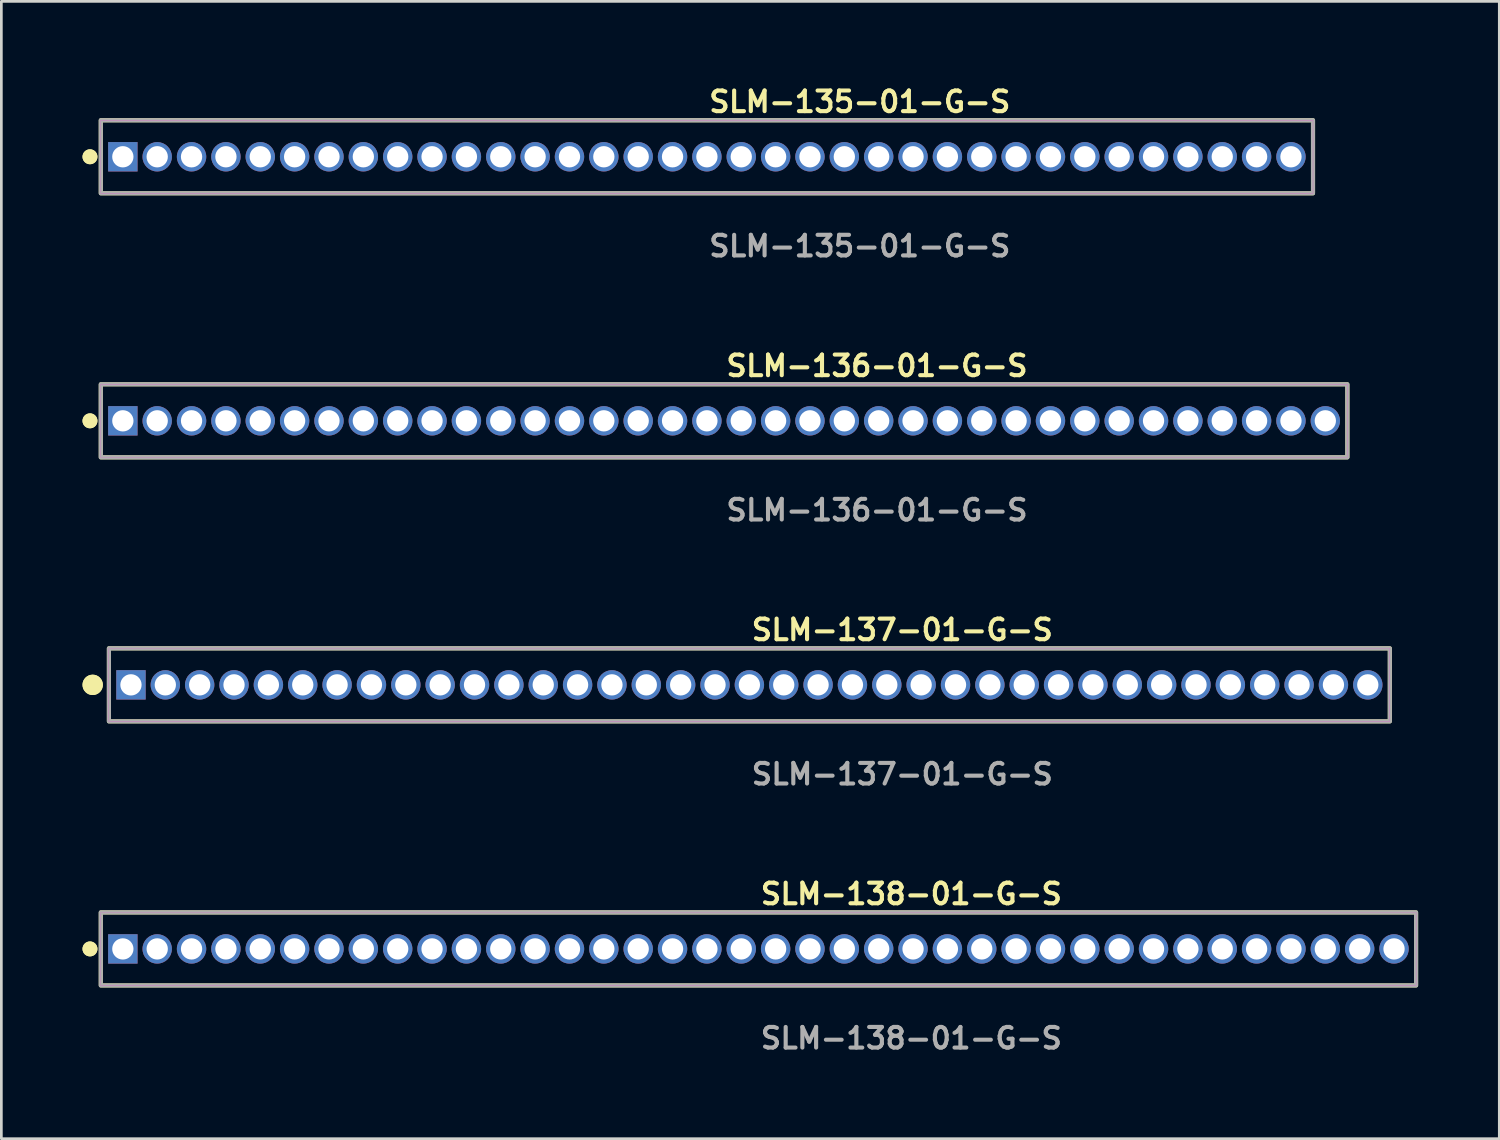
<source format=kicad_pcb>
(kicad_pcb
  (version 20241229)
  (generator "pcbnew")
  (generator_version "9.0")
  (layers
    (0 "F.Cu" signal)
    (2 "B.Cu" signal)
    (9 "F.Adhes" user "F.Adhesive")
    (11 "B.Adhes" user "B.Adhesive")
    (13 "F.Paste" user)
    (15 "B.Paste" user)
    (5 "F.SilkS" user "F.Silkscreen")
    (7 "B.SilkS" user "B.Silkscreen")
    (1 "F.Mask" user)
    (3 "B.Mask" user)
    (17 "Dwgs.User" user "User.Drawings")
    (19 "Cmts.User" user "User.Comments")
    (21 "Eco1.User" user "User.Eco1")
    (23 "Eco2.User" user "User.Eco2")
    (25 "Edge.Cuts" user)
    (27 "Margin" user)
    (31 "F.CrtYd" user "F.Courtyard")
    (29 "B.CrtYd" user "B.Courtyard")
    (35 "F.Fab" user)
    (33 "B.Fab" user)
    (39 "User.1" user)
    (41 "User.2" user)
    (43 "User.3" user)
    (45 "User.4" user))
  (footprint "SLM-137-01-G-S"
    (layer "F.Cu")
    (at 24.651 22.266)
    (property "Reference" "SLM-137-01-G-S" (at 0 -2.032 0) (unlocked yes) (layer "F.SilkS") (effects (font (size 0.762 0.762) (thickness 0.152)) (justify left)))
    (fp_rect (start -23.675 1.35) (end 23.675 -1.35) (stroke (width 0.152) (type solid)) (fill no) (layer "F.SilkS"))
    (fp_circle (center -24.275 0) (end -24.575 0) (stroke (width 0.152) (type solid)) (fill yes) (layer "F.SilkS"))
    (fp_circle (center -24.275 0) (end -24.575 0) (stroke (width 0.152) (type solid)) (fill yes) (layer "F.SilkS"))
    (fp_rect (start -23.675 1.35) (end 23.675 -1.35) (stroke (width 0.006) (type solid)) (fill no) (layer "F.CrtYd"))
    (fp_rect (start -23.675 1.35) (end 23.675 -1.35) (stroke (width 0.152) (type solid)) (fill no) (layer "F.Fab"))
    (fp_text user "${REFERENCE}" (at 0 3.302 0) (unlocked yes) (layer "F.Fab") (effects (font (size 0.762 0.762) (thickness 0.152)) (justify left)))
    (pad "1" thru_hole rect (at -22.86 0) (size 1.087 1.087) (drill 0.787) (layers "*.Cu" "*.Mask"))
    (pad "2" thru_hole circle (at -21.59 0) (size 1.087 1.087) (drill 0.787) (layers "*.Cu" "*.Mask"))
    (pad "3" thru_hole circle (at -20.32 0) (size 1.087 1.087) (drill 0.787) (layers "*.Cu" "*.Mask"))
    (pad "4" thru_hole circle (at -19.05 0) (size 1.087 1.087) (drill 0.787) (layers "*.Cu" "*.Mask"))
    (pad "5" thru_hole circle (at -17.78 0) (size 1.087 1.087) (drill 0.787) (layers "*.Cu" "*.Mask"))
    (pad "6" thru_hole circle (at -16.51 0) (size 1.087 1.087) (drill 0.787) (layers "*.Cu" "*.Mask"))
    (pad "7" thru_hole circle (at -15.24 0) (size 1.087 1.087) (drill 0.787) (layers "*.Cu" "*.Mask"))
    (pad "8" thru_hole circle (at -13.97 0) (size 1.087 1.087) (drill 0.787) (layers "*.Cu" "*.Mask"))
    (pad "9" thru_hole circle (at -12.7 0) (size 1.087 1.087) (drill 0.787) (layers "*.Cu" "*.Mask"))
    (pad "10" thru_hole circle (at -11.43 0) (size 1.087 1.087) (drill 0.787) (layers "*.Cu" "*.Mask"))
    (pad "11" thru_hole circle (at -10.16 0) (size 1.087 1.087) (drill 0.787) (layers "*.Cu" "*.Mask"))
    (pad "12" thru_hole circle (at -8.89 0) (size 1.087 1.087) (drill 0.787) (layers "*.Cu" "*.Mask"))
    (pad "13" thru_hole circle (at -7.62 0) (size 1.087 1.087) (drill 0.787) (layers "*.Cu" "*.Mask"))
    (pad "14" thru_hole circle (at -6.35 0) (size 1.087 1.087) (drill 0.787) (layers "*.Cu" "*.Mask"))
    (pad "15" thru_hole circle (at -5.08 0) (size 1.087 1.087) (drill 0.787) (layers "*.Cu" "*.Mask"))
    (pad "16" thru_hole circle (at -3.81 0) (size 1.087 1.087) (drill 0.787) (layers "*.Cu" "*.Mask"))
    (pad "17" thru_hole circle (at -2.54 0) (size 1.087 1.087) (drill 0.787) (layers "*.Cu" "*.Mask"))
    (pad "18" thru_hole circle (at -1.27 0) (size 1.087 1.087) (drill 0.787) (layers "*.Cu" "*.Mask"))
    (pad "19" thru_hole circle (at 0 0) (size 1.087 1.087) (drill 0.787) (layers "*.Cu" "*.Mask"))
    (pad "20" thru_hole circle (at 1.27 0) (size 1.087 1.087) (drill 0.787) (layers "*.Cu" "*.Mask"))
    (pad "21" thru_hole circle (at 2.54 0) (size 1.087 1.087) (drill 0.787) (layers "*.Cu" "*.Mask"))
    (pad "22" thru_hole circle (at 3.81 0) (size 1.087 1.087) (drill 0.787) (layers "*.Cu" "*.Mask"))
    (pad "23" thru_hole circle (at 5.08 0) (size 1.087 1.087) (drill 0.787) (layers "*.Cu" "*.Mask"))
    (pad "24" thru_hole circle (at 6.35 0) (size 1.087 1.087) (drill 0.787) (layers "*.Cu" "*.Mask"))
    (pad "25" thru_hole circle (at 7.62 0) (size 1.087 1.087) (drill 0.787) (layers "*.Cu" "*.Mask"))
    (pad "26" thru_hole circle (at 8.89 0) (size 1.087 1.087) (drill 0.787) (layers "*.Cu" "*.Mask"))
    (pad "27" thru_hole circle (at 10.16 0) (size 1.087 1.087) (drill 0.787) (layers "*.Cu" "*.Mask"))
    (pad "28" thru_hole circle (at 11.43 0) (size 1.087 1.087) (drill 0.787) (layers "*.Cu" "*.Mask"))
    (pad "29" thru_hole circle (at 12.7 0) (size 1.087 1.087) (drill 0.787) (layers "*.Cu" "*.Mask"))
    (pad "30" thru_hole circle (at 13.97 0) (size 1.087 1.087) (drill 0.787) (layers "*.Cu" "*.Mask"))
    (pad "31" thru_hole circle (at 15.24 0) (size 1.087 1.087) (drill 0.787) (layers "*.Cu" "*.Mask"))
    (pad "32" thru_hole circle (at 16.51 0) (size 1.087 1.087) (drill 0.787) (layers "*.Cu" "*.Mask"))
    (pad "33" thru_hole circle (at 17.78 0) (size 1.087 1.087) (drill 0.787) (layers "*.Cu" "*.Mask"))
    (pad "34" thru_hole circle (at 19.05 0) (size 1.087 1.087) (drill 0.787) (layers "*.Cu" "*.Mask"))
    (pad "35" thru_hole circle (at 20.32 0) (size 1.087 1.087) (drill 0.787) (layers "*.Cu" "*.Mask"))
    (pad "36" thru_hole circle (at 21.59 0) (size 1.087 1.087) (drill 0.787) (layers "*.Cu" "*.Mask"))
    (pad "37" thru_hole circle (at 22.86 0) (size 1.087 1.087) (drill 0.787) (layers "*.Cu" "*.Mask")))
  (footprint "SLM-135-01-G-S"
    (layer "F.Cu")
    (at 23.081 2.745)
    (property "Reference" "SLM-135-01-G-S" (at 0 -2.032 0) (unlocked yes) (layer "F.SilkS") (effects (font (size 0.762 0.762) (thickness 0.152)) (justify left)))
    (fp_rect (start -22.405 1.35) (end 22.405 -1.35) (stroke (width 0.152) (type solid)) (fill no) (layer "F.SilkS"))
    (fp_circle (center -22.805 0) (end -23.005 0) (stroke (width 0.152) (type solid)) (fill yes) (layer "F.SilkS"))
    (fp_circle (center -22.805 0) (end -23.005 0) (stroke (width 0.152) (type solid)) (fill yes) (layer "F.SilkS"))
    (fp_rect (start -22.405 1.35) (end 22.405 -1.35) (stroke (width 0.006) (type solid)) (fill no) (layer "F.CrtYd"))
    (fp_rect (start -22.405 1.35) (end 22.405 -1.35) (stroke (width 0.152) (type solid)) (fill no) (layer "F.Fab"))
    (fp_text user "${REFERENCE}" (at 0 3.302 0) (unlocked yes) (layer "F.Fab") (effects (font (size 0.762 0.762) (thickness 0.152)) (justify left)))
    (pad "1" thru_hole rect (at -21.59 0) (size 1.087 1.087) (drill 0.787) (layers "*.Cu" "*.Mask"))
    (pad "2" thru_hole circle (at -20.32 0) (size 1.087 1.087) (drill 0.787) (layers "*.Cu" "*.Mask"))
    (pad "3" thru_hole circle (at -19.05 0) (size 1.087 1.087) (drill 0.787) (layers "*.Cu" "*.Mask"))
    (pad "4" thru_hole circle (at -17.78 0) (size 1.087 1.087) (drill 0.787) (layers "*.Cu" "*.Mask"))
    (pad "5" thru_hole circle (at -16.51 0) (size 1.087 1.087) (drill 0.787) (layers "*.Cu" "*.Mask"))
    (pad "6" thru_hole circle (at -15.24 0) (size 1.087 1.087) (drill 0.787) (layers "*.Cu" "*.Mask"))
    (pad "7" thru_hole circle (at -13.97 0) (size 1.087 1.087) (drill 0.787) (layers "*.Cu" "*.Mask"))
    (pad "8" thru_hole circle (at -12.7 0) (size 1.087 1.087) (drill 0.787) (layers "*.Cu" "*.Mask"))
    (pad "9" thru_hole circle (at -11.43 0) (size 1.087 1.087) (drill 0.787) (layers "*.Cu" "*.Mask"))
    (pad "10" thru_hole circle (at -10.16 0) (size 1.087 1.087) (drill 0.787) (layers "*.Cu" "*.Mask"))
    (pad "11" thru_hole circle (at -8.89 0) (size 1.087 1.087) (drill 0.787) (layers "*.Cu" "*.Mask"))
    (pad "12" thru_hole circle (at -7.62 0) (size 1.087 1.087) (drill 0.787) (layers "*.Cu" "*.Mask"))
    (pad "13" thru_hole circle (at -6.35 0) (size 1.087 1.087) (drill 0.787) (layers "*.Cu" "*.Mask"))
    (pad "14" thru_hole circle (at -5.08 0) (size 1.087 1.087) (drill 0.787) (layers "*.Cu" "*.Mask"))
    (pad "15" thru_hole circle (at -3.81 0) (size 1.087 1.087) (drill 0.787) (layers "*.Cu" "*.Mask"))
    (pad "16" thru_hole circle (at -2.54 0) (size 1.087 1.087) (drill 0.787) (layers "*.Cu" "*.Mask"))
    (pad "17" thru_hole circle (at -1.27 0) (size 1.087 1.087) (drill 0.787) (layers "*.Cu" "*.Mask"))
    (pad "18" thru_hole circle (at 0 0) (size 1.087 1.087) (drill 0.787) (layers "*.Cu" "*.Mask"))
    (pad "19" thru_hole circle (at 1.27 0) (size 1.087 1.087) (drill 0.787) (layers "*.Cu" "*.Mask"))
    (pad "20" thru_hole circle (at 2.54 0) (size 1.087 1.087) (drill 0.787) (layers "*.Cu" "*.Mask"))
    (pad "21" thru_hole circle (at 3.81 0) (size 1.087 1.087) (drill 0.787) (layers "*.Cu" "*.Mask"))
    (pad "22" thru_hole circle (at 5.08 0) (size 1.087 1.087) (drill 0.787) (layers "*.Cu" "*.Mask"))
    (pad "23" thru_hole circle (at 6.35 0) (size 1.087 1.087) (drill 0.787) (layers "*.Cu" "*.Mask"))
    (pad "24" thru_hole circle (at 7.62 0) (size 1.087 1.087) (drill 0.787) (layers "*.Cu" "*.Mask"))
    (pad "25" thru_hole circle (at 8.89 0) (size 1.087 1.087) (drill 0.787) (layers "*.Cu" "*.Mask"))
    (pad "26" thru_hole circle (at 10.16 0) (size 1.087 1.087) (drill 0.787) (layers "*.Cu" "*.Mask"))
    (pad "27" thru_hole circle (at 11.43 0) (size 1.087 1.087) (drill 0.787) (layers "*.Cu" "*.Mask"))
    (pad "28" thru_hole circle (at 12.7 0) (size 1.087 1.087) (drill 0.787) (layers "*.Cu" "*.Mask"))
    (pad "29" thru_hole circle (at 13.97 0) (size 1.087 1.087) (drill 0.787) (layers "*.Cu" "*.Mask"))
    (pad "30" thru_hole circle (at 15.24 0) (size 1.087 1.087) (drill 0.787) (layers "*.Cu" "*.Mask"))
    (pad "31" thru_hole circle (at 16.51 0) (size 1.087 1.087) (drill 0.787) (layers "*.Cu" "*.Mask"))
    (pad "32" thru_hole circle (at 17.78 0) (size 1.087 1.087) (drill 0.787) (layers "*.Cu" "*.Mask"))
    (pad "33" thru_hole circle (at 19.05 0) (size 1.087 1.087) (drill 0.787) (layers "*.Cu" "*.Mask"))
    (pad "34" thru_hole circle (at 20.32 0) (size 1.087 1.087) (drill 0.787) (layers "*.Cu" "*.Mask"))
    (pad "35" thru_hole circle (at 21.59 0) (size 1.087 1.087) (drill 0.787) (layers "*.Cu" "*.Mask")))
  (footprint "SLM-138-01-G-S"
    (layer "F.Cu")
    (at 24.986 32.027)
    (property "Reference" "SLM-138-01-G-S" (at 0 -2.032 0) (unlocked yes) (layer "F.SilkS") (effects (font (size 0.762 0.762) (thickness 0.152)) (justify left)))
    (fp_rect (start -24.31 1.35) (end 24.31 -1.35) (stroke (width 0.152) (type solid)) (fill no) (layer "F.SilkS"))
    (fp_circle (center -24.71 0) (end -24.91 0) (stroke (width 0.152) (type solid)) (fill yes) (layer "F.SilkS"))
    (fp_circle (center -24.71 0) (end -24.91 0) (stroke (width 0.152) (type solid)) (fill yes) (layer "F.SilkS"))
    (fp_rect (start -24.31 1.35) (end 24.31 -1.35) (stroke (width 0.006) (type solid)) (fill no) (layer "F.CrtYd"))
    (fp_rect (start -24.31 1.35) (end 24.31 -1.35) (stroke (width 0.152) (type solid)) (fill no) (layer "F.Fab"))
    (fp_text user "${REFERENCE}" (at 0 3.302 0) (unlocked yes) (layer "F.Fab") (effects (font (size 0.762 0.762) (thickness 0.152)) (justify left)))
    (pad "1" thru_hole rect (at -23.495 0) (size 1.087 1.087) (drill 0.787) (layers "*.Cu" "*.Mask"))
    (pad "2" thru_hole circle (at -22.225 0) (size 1.087 1.087) (drill 0.787) (layers "*.Cu" "*.Mask"))
    (pad "3" thru_hole circle (at -20.955 0) (size 1.087 1.087) (drill 0.787) (layers "*.Cu" "*.Mask"))
    (pad "4" thru_hole circle (at -19.685 0) (size 1.087 1.087) (drill 0.787) (layers "*.Cu" "*.Mask"))
    (pad "5" thru_hole circle (at -18.415 0) (size 1.087 1.087) (drill 0.787) (layers "*.Cu" "*.Mask"))
    (pad "6" thru_hole circle (at -17.145 0) (size 1.087 1.087) (drill 0.787) (layers "*.Cu" "*.Mask"))
    (pad "7" thru_hole circle (at -15.875 0) (size 1.087 1.087) (drill 0.787) (layers "*.Cu" "*.Mask"))
    (pad "8" thru_hole circle (at -14.605 0) (size 1.087 1.087) (drill 0.787) (layers "*.Cu" "*.Mask"))
    (pad "9" thru_hole circle (at -13.335 0) (size 1.087 1.087) (drill 0.787) (layers "*.Cu" "*.Mask"))
    (pad "10" thru_hole circle (at -12.065 0) (size 1.087 1.087) (drill 0.787) (layers "*.Cu" "*.Mask"))
    (pad "11" thru_hole circle (at -10.795 0) (size 1.087 1.087) (drill 0.787) (layers "*.Cu" "*.Mask"))
    (pad "12" thru_hole circle (at -9.525 0) (size 1.087 1.087) (drill 0.787) (layers "*.Cu" "*.Mask"))
    (pad "13" thru_hole circle (at -8.255 0) (size 1.087 1.087) (drill 0.787) (layers "*.Cu" "*.Mask"))
    (pad "14" thru_hole circle (at -6.985 0) (size 1.087 1.087) (drill 0.787) (layers "*.Cu" "*.Mask"))
    (pad "15" thru_hole circle (at -5.715 0) (size 1.087 1.087) (drill 0.787) (layers "*.Cu" "*.Mask"))
    (pad "16" thru_hole circle (at -4.445 0) (size 1.087 1.087) (drill 0.787) (layers "*.Cu" "*.Mask"))
    (pad "17" thru_hole circle (at -3.175 0) (size 1.087 1.087) (drill 0.787) (layers "*.Cu" "*.Mask"))
    (pad "18" thru_hole circle (at -1.905 0) (size 1.087 1.087) (drill 0.787) (layers "*.Cu" "*.Mask"))
    (pad "19" thru_hole circle (at -0.635 0) (size 1.087 1.087) (drill 0.787) (layers "*.Cu" "*.Mask"))
    (pad "20" thru_hole circle (at 0.635 0) (size 1.087 1.087) (drill 0.787) (layers "*.Cu" "*.Mask"))
    (pad "21" thru_hole circle (at 1.905 0) (size 1.087 1.087) (drill 0.787) (layers "*.Cu" "*.Mask"))
    (pad "22" thru_hole circle (at 3.175 0) (size 1.087 1.087) (drill 0.787) (layers "*.Cu" "*.Mask"))
    (pad "23" thru_hole circle (at 4.445 0) (size 1.087 1.087) (drill 0.787) (layers "*.Cu" "*.Mask"))
    (pad "24" thru_hole circle (at 5.715 0) (size 1.087 1.087) (drill 0.787) (layers "*.Cu" "*.Mask"))
    (pad "25" thru_hole circle (at 6.985 0) (size 1.087 1.087) (drill 0.787) (layers "*.Cu" "*.Mask"))
    (pad "26" thru_hole circle (at 8.255 0) (size 1.087 1.087) (drill 0.787) (layers "*.Cu" "*.Mask"))
    (pad "27" thru_hole circle (at 9.525 0) (size 1.087 1.087) (drill 0.787) (layers "*.Cu" "*.Mask"))
    (pad "28" thru_hole circle (at 10.795 0) (size 1.087 1.087) (drill 0.787) (layers "*.Cu" "*.Mask"))
    (pad "29" thru_hole circle (at 12.065 0) (size 1.087 1.087) (drill 0.787) (layers "*.Cu" "*.Mask"))
    (pad "30" thru_hole circle (at 13.335 0) (size 1.087 1.087) (drill 0.787) (layers "*.Cu" "*.Mask"))
    (pad "31" thru_hole circle (at 14.605 0) (size 1.087 1.087) (drill 0.787) (layers "*.Cu" "*.Mask"))
    (pad "32" thru_hole circle (at 15.875 0) (size 1.087 1.087) (drill 0.787) (layers "*.Cu" "*.Mask"))
    (pad "33" thru_hole circle (at 17.145 0) (size 1.087 1.087) (drill 0.787) (layers "*.Cu" "*.Mask"))
    (pad "34" thru_hole circle (at 18.415 0) (size 1.087 1.087) (drill 0.787) (layers "*.Cu" "*.Mask"))
    (pad "35" thru_hole circle (at 19.685 0) (size 1.087 1.087) (drill 0.787) (layers "*.Cu" "*.Mask"))
    (pad "36" thru_hole circle (at 20.955 0) (size 1.087 1.087) (drill 0.787) (layers "*.Cu" "*.Mask"))
    (pad "37" thru_hole circle (at 22.225 0) (size 1.087 1.087) (drill 0.787) (layers "*.Cu" "*.Mask"))
    (pad "38" thru_hole circle (at 23.495 0) (size 1.087 1.087) (drill 0.787) (layers "*.Cu" "*.Mask")))
  (footprint "SLM-136-01-G-S"
    (layer "F.Cu")
    (at 23.716 12.506)
    (property "Reference" "SLM-136-01-G-S" (at 0 -2.032 0) (unlocked yes) (layer "F.SilkS") (effects (font (size 0.762 0.762) (thickness 0.152)) (justify left)))
    (fp_rect (start -23.04 1.35) (end 23.04 -1.35) (stroke (width 0.152) (type solid)) (fill no) (layer "F.SilkS"))
    (fp_circle (center -23.44 0) (end -23.64 0) (stroke (width 0.152) (type solid)) (fill yes) (layer "F.SilkS"))
    (fp_circle (center -23.44 0) (end -23.64 0) (stroke (width 0.152) (type solid)) (fill yes) (layer "F.SilkS"))
    (fp_rect (start -23.04 1.35) (end 23.04 -1.35) (stroke (width 0.006) (type solid)) (fill no) (layer "F.CrtYd"))
    (fp_rect (start -23.04 1.35) (end 23.04 -1.35) (stroke (width 0.152) (type solid)) (fill no) (layer "F.Fab"))
    (fp_text user "${REFERENCE}" (at 0 3.302 0) (unlocked yes) (layer "F.Fab") (effects (font (size 0.762 0.762) (thickness 0.152)) (justify left)))
    (pad "1" thru_hole rect (at -22.225 0) (size 1.087 1.087) (drill 0.787) (layers "*.Cu" "*.Mask"))
    (pad "2" thru_hole circle (at -20.955 0) (size 1.087 1.087) (drill 0.787) (layers "*.Cu" "*.Mask"))
    (pad "3" thru_hole circle (at -19.685 0) (size 1.087 1.087) (drill 0.787) (layers "*.Cu" "*.Mask"))
    (pad "4" thru_hole circle (at -18.415 0) (size 1.087 1.087) (drill 0.787) (layers "*.Cu" "*.Mask"))
    (pad "5" thru_hole circle (at -17.145 0) (size 1.087 1.087) (drill 0.787) (layers "*.Cu" "*.Mask"))
    (pad "6" thru_hole circle (at -15.875 0) (size 1.087 1.087) (drill 0.787) (layers "*.Cu" "*.Mask"))
    (pad "7" thru_hole circle (at -14.605 0) (size 1.087 1.087) (drill 0.787) (layers "*.Cu" "*.Mask"))
    (pad "8" thru_hole circle (at -13.335 0) (size 1.087 1.087) (drill 0.787) (layers "*.Cu" "*.Mask"))
    (pad "9" thru_hole circle (at -12.065 0) (size 1.087 1.087) (drill 0.787) (layers "*.Cu" "*.Mask"))
    (pad "10" thru_hole circle (at -10.795 0) (size 1.087 1.087) (drill 0.787) (layers "*.Cu" "*.Mask"))
    (pad "11" thru_hole circle (at -9.525 0) (size 1.087 1.087) (drill 0.787) (layers "*.Cu" "*.Mask"))
    (pad "12" thru_hole circle (at -8.255 0) (size 1.087 1.087) (drill 0.787) (layers "*.Cu" "*.Mask"))
    (pad "13" thru_hole circle (at -6.985 0) (size 1.087 1.087) (drill 0.787) (layers "*.Cu" "*.Mask"))
    (pad "14" thru_hole circle (at -5.715 0) (size 1.087 1.087) (drill 0.787) (layers "*.Cu" "*.Mask"))
    (pad "15" thru_hole circle (at -4.445 0) (size 1.087 1.087) (drill 0.787) (layers "*.Cu" "*.Mask"))
    (pad "16" thru_hole circle (at -3.175 0) (size 1.087 1.087) (drill 0.787) (layers "*.Cu" "*.Mask"))
    (pad "17" thru_hole circle (at -1.905 0) (size 1.087 1.087) (drill 0.787) (layers "*.Cu" "*.Mask"))
    (pad "18" thru_hole circle (at -0.635 0) (size 1.087 1.087) (drill 0.787) (layers "*.Cu" "*.Mask"))
    (pad "19" thru_hole circle (at 0.635 0) (size 1.087 1.087) (drill 0.787) (layers "*.Cu" "*.Mask"))
    (pad "20" thru_hole circle (at 1.905 0) (size 1.087 1.087) (drill 0.787) (layers "*.Cu" "*.Mask"))
    (pad "21" thru_hole circle (at 3.175 0) (size 1.087 1.087) (drill 0.787) (layers "*.Cu" "*.Mask"))
    (pad "22" thru_hole circle (at 4.445 0) (size 1.087 1.087) (drill 0.787) (layers "*.Cu" "*.Mask"))
    (pad "23" thru_hole circle (at 5.715 0) (size 1.087 1.087) (drill 0.787) (layers "*.Cu" "*.Mask"))
    (pad "24" thru_hole circle (at 6.985 0) (size 1.087 1.087) (drill 0.787) (layers "*.Cu" "*.Mask"))
    (pad "25" thru_hole circle (at 8.255 0) (size 1.087 1.087) (drill 0.787) (layers "*.Cu" "*.Mask"))
    (pad "26" thru_hole circle (at 9.525 0) (size 1.087 1.087) (drill 0.787) (layers "*.Cu" "*.Mask"))
    (pad "27" thru_hole circle (at 10.795 0) (size 1.087 1.087) (drill 0.787) (layers "*.Cu" "*.Mask"))
    (pad "28" thru_hole circle (at 12.065 0) (size 1.087 1.087) (drill 0.787) (layers "*.Cu" "*.Mask"))
    (pad "29" thru_hole circle (at 13.335 0) (size 1.087 1.087) (drill 0.787) (layers "*.Cu" "*.Mask"))
    (pad "30" thru_hole circle (at 14.605 0) (size 1.087 1.087) (drill 0.787) (layers "*.Cu" "*.Mask"))
    (pad "31" thru_hole circle (at 15.875 0) (size 1.087 1.087) (drill 0.787) (layers "*.Cu" "*.Mask"))
    (pad "32" thru_hole circle (at 17.145 0) (size 1.087 1.087) (drill 0.787) (layers "*.Cu" "*.Mask"))
    (pad "33" thru_hole circle (at 18.415 0) (size 1.087 1.087) (drill 0.787) (layers "*.Cu" "*.Mask"))
    (pad "34" thru_hole circle (at 19.685 0) (size 1.087 1.087) (drill 0.787) (layers "*.Cu" "*.Mask"))
    (pad "35" thru_hole circle (at 20.955 0) (size 1.087 1.087) (drill 0.787) (layers "*.Cu" "*.Mask"))
    (pad "36" thru_hole circle (at 22.225 0) (size 1.087 1.087) (drill 0.787) (layers "*.Cu" "*.Mask")))
  (gr_rect
    (start -3 -3)
    (end 52.372 39.042)
    (stroke (width 0.1) (type default))
    (fill no)
    (layer "Edge.Cuts")))
</source>
